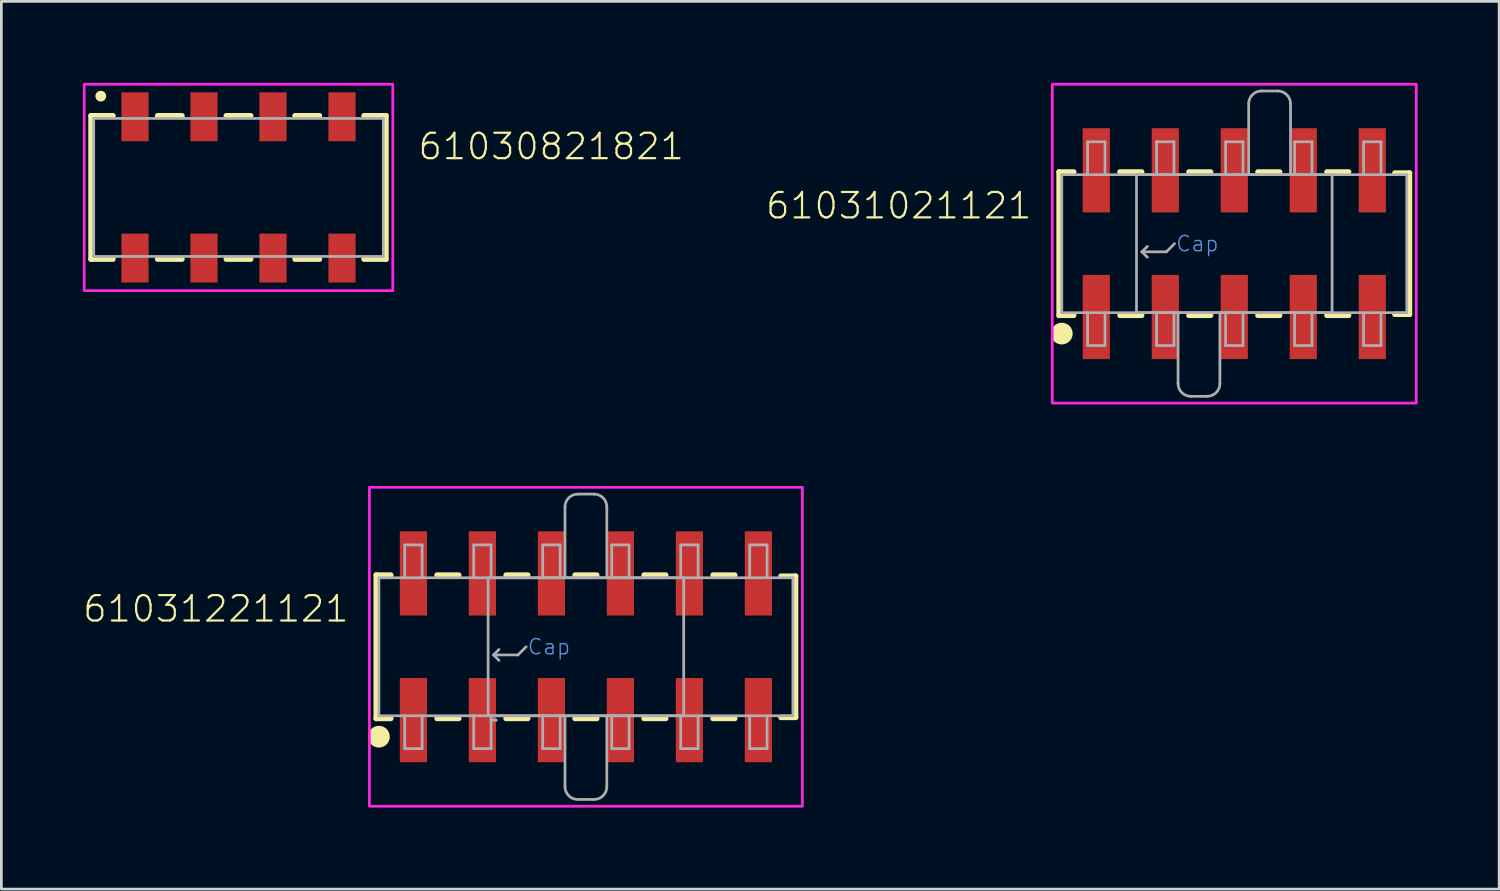
<source format=kicad_pcb>
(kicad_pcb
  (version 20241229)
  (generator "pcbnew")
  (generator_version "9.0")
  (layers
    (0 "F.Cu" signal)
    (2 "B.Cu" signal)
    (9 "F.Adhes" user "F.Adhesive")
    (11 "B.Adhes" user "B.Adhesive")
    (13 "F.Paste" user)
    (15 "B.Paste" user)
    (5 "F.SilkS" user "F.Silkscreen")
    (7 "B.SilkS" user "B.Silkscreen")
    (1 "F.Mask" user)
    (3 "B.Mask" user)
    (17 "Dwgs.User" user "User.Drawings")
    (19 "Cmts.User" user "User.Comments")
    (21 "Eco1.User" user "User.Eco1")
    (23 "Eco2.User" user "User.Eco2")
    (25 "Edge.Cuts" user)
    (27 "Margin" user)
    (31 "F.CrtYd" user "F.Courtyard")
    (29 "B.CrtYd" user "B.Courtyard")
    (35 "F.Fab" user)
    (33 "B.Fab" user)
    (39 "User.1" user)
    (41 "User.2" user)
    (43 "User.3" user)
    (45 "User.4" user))
  (footprint "61031021121"
    (layer "F.Cu")
    (at 42.388 5.92)
    (property "Reference" "61031021121" (at -7.4 -0.85 0) (unlocked yes) (layer "F.SilkS") (effects (font (size 0.935 0.935) (thickness 0.081)) (justify right bottom)))
    (fp_line (start -6.45 -2.64) (end -6.45 2.64) (stroke (width 0.2) (type solid)) (layer "F.SilkS"))
    (fp_line (start -6.45 2.64) (end -5.91 2.64) (stroke (width 0.2) (type solid)) (layer "F.SilkS"))
    (fp_line (start -5.91 -2.64) (end -6.45 -2.64) (stroke (width 0.2) (type solid)) (layer "F.SilkS"))
    (fp_line (start -4.21 2.64) (end -3.41 2.64) (stroke (width 0.2) (type solid)) (layer "F.SilkS"))
    (fp_line (start -3.41 -2.64) (end -4.21 -2.64) (stroke (width 0.2) (type solid)) (layer "F.SilkS"))
    (fp_line (start -1.67 2.64) (end -0.87 2.64) (stroke (width 0.2) (type solid)) (layer "F.SilkS"))
    (fp_line (start -0.87 -2.64) (end -1.67 -2.64) (stroke (width 0.2) (type solid)) (layer "F.SilkS"))
    (fp_line (start 0.87 2.64) (end 1.67 2.64) (stroke (width 0.2) (type solid)) (layer "F.SilkS"))
    (fp_line (start 1.67 -2.64) (end 0.87 -2.64) (stroke (width 0.2) (type solid)) (layer "F.SilkS"))
    (fp_line (start 3.41 2.64) (end 4.21 2.64) (stroke (width 0.2) (type solid)) (layer "F.SilkS"))
    (fp_line (start 4.21 -2.64) (end 3.41 -2.64) (stroke (width 0.2) (type solid)) (layer "F.SilkS"))
    (fp_line (start 5.91 -2.6) (end 6.45 -2.6) (stroke (width 0.2) (type solid)) (layer "F.SilkS"))
    (fp_line (start 6.45 -2.6) (end 6.45 2.6) (stroke (width 0.2) (type solid)) (layer "F.SilkS"))
    (fp_line (start 6.45 2.6) (end 5.91 2.6) (stroke (width 0.2) (type solid)) (layer "F.SilkS"))
    (fp_circle (center -6.35 3.31) (end -6.15 3.31) (stroke (width 0.4) (type solid)) (fill no) (layer "F.SilkS"))
    (fp_poly (pts (xy 6.7 5.87) (xy -6.7 5.87) (xy -6.7 -5.87) (xy 6.7 -5.87)) (stroke (width 0.1) (type default)) (fill no) (layer "F.CrtYd"))
    (fp_line (start -6.35 -2.54) (end -6.35 2.54) (stroke (width 0.1) (type solid)) (layer "F.Fab"))
    (fp_line (start -6.35 2.54) (end 6.35 2.54) (stroke (width 0.1) (type solid)) (layer "F.Fab"))
    (fp_line (start -5.4 -3.75) (end -4.76 -3.75) (stroke (width 0.1) (type solid)) (layer "F.Fab"))
    (fp_line (start -5.4 -2.54) (end -6.35 -2.54) (stroke (width 0.1) (type solid)) (layer "F.Fab"))
    (fp_line (start -5.4 -2.54) (end -5.4 -3.75) (stroke (width 0.1) (type solid)) (layer "F.Fab"))
    (fp_line (start -5.4 3.75) (end -5.4 2.54) (stroke (width 0.1) (type solid)) (layer "F.Fab"))
    (fp_line (start -4.76 -3.75) (end -4.76 -2.54) (stroke (width 0.1) (type solid)) (layer "F.Fab"))
    (fp_line (start -4.76 -2.54) (end -5.4 -2.54) (stroke (width 0.1) (type solid)) (layer "F.Fab"))
    (fp_line (start -4.76 2.54) (end -4.76 3.75) (stroke (width 0.1) (type solid)) (layer "F.Fab"))
    (fp_line (start -4.76 3.75) (end -5.4 3.75) (stroke (width 0.1) (type solid)) (layer "F.Fab"))
    (fp_line (start -3.6 -2.54) (end 3.6 -2.54) (stroke (width 0.1) (type solid)) (layer "F.Fab"))
    (fp_line (start -3.6 2.54) (end -3.6 -2.54) (stroke (width 0.1) (type solid)) (layer "F.Fab"))
    (fp_line (start -3.4 0.3) (end -3.2 0.1) (stroke (width 0.1) (type solid)) (layer "F.Fab"))
    (fp_line (start -3.4 0.3) (end -3.2 0.5) (stroke (width 0.1) (type solid)) (layer "F.Fab"))
    (fp_line (start -2.86 -3.75) (end -2.22 -3.75) (stroke (width 0.1) (type solid)) (layer "F.Fab"))
    (fp_line (start -2.86 -2.54) (end -2.86 -3.75) (stroke (width 0.1) (type solid)) (layer "F.Fab"))
    (fp_line (start -2.86 3.75) (end -2.86 2.54) (stroke (width 0.1) (type solid)) (layer "F.Fab"))
    (fp_line (start -2.5 0.3) (end -3.4 0.3) (stroke (width 0.1) (type solid)) (layer "F.Fab"))
    (fp_line (start -2.22 -3.75) (end -2.22 -2.54) (stroke (width 0.1) (type solid)) (layer "F.Fab"))
    (fp_line (start -2.22 2.54) (end -2.22 3.75) (stroke (width 0.1) (type solid)) (layer "F.Fab"))
    (fp_line (start -2.22 3.75) (end -2.86 3.75) (stroke (width 0.1) (type solid)) (layer "F.Fab"))
    (fp_line (start -2.2 0) (end -2.5 0.3) (stroke (width 0.1) (type solid)) (layer "F.Fab"))
    (fp_line (start -2.07 5.15) (end -2.07 2.54) (stroke (width 0.1) (type solid)) (layer "F.Fab"))
    (fp_line (start -1 5.62) (end -1.6 5.62) (stroke (width 0.1) (type solid)) (layer "F.Fab"))
    (fp_line (start -0.53 2.54) (end -0.53 5.15) (stroke (width 0.1) (type solid)) (layer "F.Fab"))
    (fp_line (start -0.32 -3.75) (end 0.32 -3.75) (stroke (width 0.1) (type solid)) (layer "F.Fab"))
    (fp_line (start -0.32 -2.54) (end -0.32 -3.75) (stroke (width 0.1) (type solid)) (layer "F.Fab"))
    (fp_line (start -0.32 3.75) (end -0.32 2.54) (stroke (width 0.1) (type solid)) (layer "F.Fab"))
    (fp_line (start 0.32 -3.75) (end 0.32 -2.54) (stroke (width 0.1) (type solid)) (layer "F.Fab"))
    (fp_line (start 0.32 2.54) (end 0.32 3.75) (stroke (width 0.1) (type solid)) (layer "F.Fab"))
    (fp_line (start 0.32 3.75) (end -0.32 3.75) (stroke (width 0.1) (type solid)) (layer "F.Fab"))
    (fp_line (start 0.53 -2.54) (end 0.53 -5.15) (stroke (width 0.1) (type solid)) (layer "F.Fab"))
    (fp_line (start 1 -5.62) (end 1.6 -5.62) (stroke (width 0.1) (type solid)) (layer "F.Fab"))
    (fp_line (start 2.07 -5.15) (end 2.07 -2.54) (stroke (width 0.1) (type solid)) (layer "F.Fab"))
    (fp_line (start 2.22 -3.75) (end 2.86 -3.75) (stroke (width 0.1) (type solid)) (layer "F.Fab"))
    (fp_line (start 2.22 -2.54) (end 2.22 -3.75) (stroke (width 0.1) (type solid)) (layer "F.Fab"))
    (fp_line (start 2.22 3.75) (end 2.22 2.54) (stroke (width 0.1) (type solid)) (layer "F.Fab"))
    (fp_line (start 2.86 -3.75) (end 2.86 -2.54) (stroke (width 0.1) (type solid)) (layer "F.Fab"))
    (fp_line (start 2.86 2.54) (end 2.86 3.75) (stroke (width 0.1) (type solid)) (layer "F.Fab"))
    (fp_line (start 2.86 3.75) (end 2.22 3.75) (stroke (width 0.1) (type solid)) (layer "F.Fab"))
    (fp_line (start 3.6 -2.54) (end 3.6 2.54) (stroke (width 0.1) (type solid)) (layer "F.Fab"))
    (fp_line (start 3.6 2.54) (end -3.6 2.54) (stroke (width 0.1) (type solid)) (layer "F.Fab"))
    (fp_line (start 4.76 -3.75) (end 5.4 -3.75) (stroke (width 0.1) (type solid)) (layer "F.Fab"))
    (fp_line (start 4.76 -2.54) (end 4.76 -3.75) (stroke (width 0.1) (type solid)) (layer "F.Fab"))
    (fp_line (start 4.76 3.75) (end 4.76 2.54) (stroke (width 0.1) (type solid)) (layer "F.Fab"))
    (fp_line (start 5.4 -3.75) (end 5.4 -2.54) (stroke (width 0.1) (type solid)) (layer "F.Fab"))
    (fp_line (start 5.4 2.54) (end 5.4 3.75) (stroke (width 0.1) (type solid)) (layer "F.Fab"))
    (fp_line (start 5.4 3.75) (end 4.76 3.75) (stroke (width 0.1) (type solid)) (layer "F.Fab"))
    (fp_line (start 6.35 -2.54) (end -4.76 -2.54) (stroke (width 0.1) (type solid)) (layer "F.Fab"))
    (fp_line (start 6.35 2.54) (end 6.35 -2.54) (stroke (width 0.1) (type solid)) (layer "F.Fab"))
    (fp_arc (start -1.6 5.62) (mid -1.93234 5.48234) (end -2.07 5.15) (stroke (width 0.1) (type solid)) (layer "F.Fab"))
    (fp_arc (start -0.53 5.15) (mid -0.66766 5.48234) (end -1 5.62) (stroke (width 0.1) (type solid)) (layer "F.Fab"))
    (fp_arc (start 0.53 -5.15) (mid 0.66766 -5.48234) (end 1 -5.62) (stroke (width 0.1) (type solid)) (layer "F.Fab"))
    (fp_arc (start 1.6 -5.62) (mid 1.93234 -5.48234) (end 2.07 -5.15) (stroke (width 0.1) (type solid)) (layer "F.Fab"))
    (fp_text user "Cap" (at -1.36 0 0) (unlocked yes) (layer "Cmts.User") (effects (font (size 0.561 0.561) (thickness 0.049))))
    (pad "1" smd rect (at -5.08 2.7 90) (size 3.1 1) (layers "F.Cu" "F.Mask" "F.Paste"))
    (pad "2" smd rect (at -5.08 -2.7 90) (size 3.1 1) (layers "F.Cu" "F.Mask" "F.Paste"))
    (pad "3" smd rect (at -2.54 2.7 90) (size 3.1 1) (layers "F.Cu" "F.Mask" "F.Paste"))
    (pad "4" smd rect (at -2.54 -2.7 90) (size 3.1 1) (layers "F.Cu" "F.Mask" "F.Paste"))
    (pad "5" smd rect (at 0 2.7 90) (size 3.1 1) (layers "F.Cu" "F.Mask" "F.Paste"))
    (pad "6" smd rect (at 0 -2.7 90) (size 3.1 1) (layers "F.Cu" "F.Mask" "F.Paste"))
    (pad "7" smd rect (at 2.54 2.7 90) (size 3.1 1) (layers "F.Cu" "F.Mask" "F.Paste"))
    (pad "8" smd rect (at 2.54 -2.7 90) (size 3.1 1) (layers "F.Cu" "F.Mask" "F.Paste"))
    (pad "9" smd rect (at 5.08 2.7 90) (size 3.1 1) (layers "F.Cu" "F.Mask" "F.Paste"))
    (pad "10" smd rect (at 5.08 -2.7 90) (size 3.1 1) (layers "F.Cu" "F.Mask" "F.Paste")))
  (footprint "61031221121"
    (layer "F.Cu")
    (at 18.519 20.76)
    (property "Reference" "61031221121" (at -8.67 -0.85 0) (unlocked yes) (layer "F.SilkS") (effects (font (size 0.935 0.935) (thickness 0.081)) (justify right bottom)))
    (fp_line (start -7.72 -2.64) (end -7.72 2.64) (stroke (width 0.2) (type solid)) (layer "F.SilkS"))
    (fp_line (start -7.72 2.64) (end -7.18 2.64) (stroke (width 0.2) (type solid)) (layer "F.SilkS"))
    (fp_line (start -7.18 -2.64) (end -7.72 -2.64) (stroke (width 0.2) (type solid)) (layer "F.SilkS"))
    (fp_line (start -5.48 2.64) (end -4.68 2.64) (stroke (width 0.2) (type solid)) (layer "F.SilkS"))
    (fp_line (start -4.68 -2.64) (end -5.48 -2.64) (stroke (width 0.2) (type solid)) (layer "F.SilkS"))
    (fp_line (start -2.94 2.64) (end -2.14 2.64) (stroke (width 0.2) (type solid)) (layer "F.SilkS"))
    (fp_line (start -2.14 -2.64) (end -2.94 -2.64) (stroke (width 0.2) (type solid)) (layer "F.SilkS"))
    (fp_line (start -0.4 2.64) (end 0.4 2.64) (stroke (width 0.2) (type solid)) (layer "F.SilkS"))
    (fp_line (start 0.4 -2.64) (end -0.4 -2.64) (stroke (width 0.2) (type solid)) (layer "F.SilkS"))
    (fp_line (start 2.14 2.64) (end 2.94 2.64) (stroke (width 0.2) (type solid)) (layer "F.SilkS"))
    (fp_line (start 2.94 -2.64) (end 2.14 -2.64) (stroke (width 0.2) (type solid)) (layer "F.SilkS"))
    (fp_line (start 4.68 2.64) (end 5.48 2.64) (stroke (width 0.2) (type solid)) (layer "F.SilkS"))
    (fp_line (start 5.48 -2.64) (end 4.68 -2.64) (stroke (width 0.2) (type solid)) (layer "F.SilkS"))
    (fp_line (start 7.18 -2.6) (end 7.72 -2.6) (stroke (width 0.2) (type solid)) (layer "F.SilkS"))
    (fp_line (start 7.72 -2.6) (end 7.72 2.6) (stroke (width 0.2) (type solid)) (layer "F.SilkS"))
    (fp_line (start 7.72 2.6) (end 7.18 2.6) (stroke (width 0.2) (type solid)) (layer "F.SilkS"))
    (fp_circle (center -7.62 3.31) (end -7.42 3.31) (stroke (width 0.4) (type solid)) (fill no) (layer "F.SilkS"))
    (fp_poly (pts (xy 7.97 5.87) (xy -7.97 5.87) (xy -7.97 -5.87) (xy 7.97 -5.87)) (stroke (width 0.1) (type default)) (fill no) (layer "F.CrtYd"))
    (fp_line (start -7.62 -2.54) (end -7.62 2.54) (stroke (width 0.1) (type solid)) (layer "F.Fab"))
    (fp_line (start -7.62 2.54) (end 7.62 2.54) (stroke (width 0.1) (type solid)) (layer "F.Fab"))
    (fp_line (start -6.67 -3.75) (end -6.03 -3.75) (stroke (width 0.1) (type solid)) (layer "F.Fab"))
    (fp_line (start -6.67 -2.54) (end -7.62 -2.54) (stroke (width 0.1) (type solid)) (layer "F.Fab"))
    (fp_line (start -6.67 -2.54) (end -6.67 -3.75) (stroke (width 0.1) (type solid)) (layer "F.Fab"))
    (fp_line (start -6.67 3.75) (end -6.67 2.54) (stroke (width 0.1) (type solid)) (layer "F.Fab"))
    (fp_line (start -6.03 -3.75) (end -6.03 -2.54) (stroke (width 0.1) (type solid)) (layer "F.Fab"))
    (fp_line (start -6.03 -2.54) (end -6.67 -2.54) (stroke (width 0.1) (type solid)) (layer "F.Fab"))
    (fp_line (start -6.03 2.54) (end -6.03 3.75) (stroke (width 0.1) (type solid)) (layer "F.Fab"))
    (fp_line (start -6.03 3.75) (end -6.67 3.75) (stroke (width 0.1) (type solid)) (layer "F.Fab"))
    (fp_line (start -4.13 -3.75) (end -3.49 -3.75) (stroke (width 0.1) (type solid)) (layer "F.Fab"))
    (fp_line (start -4.13 -2.54) (end -4.13 -3.75) (stroke (width 0.1) (type solid)) (layer "F.Fab"))
    (fp_line (start -4.13 3.75) (end -4.13 2.54) (stroke (width 0.1) (type solid)) (layer "F.Fab"))
    (fp_line (start -3.6 -2.54) (end -0.77 -2.54) (stroke (width 0.1) (type solid)) (layer "F.Fab"))
    (fp_line (start -3.6 2.54) (end -3.6 -2.54) (stroke (width 0.1) (type solid)) (layer "F.Fab"))
    (fp_line (start -3.49 -3.75) (end -3.49 -2.54) (stroke (width 0.1) (type solid)) (layer "F.Fab"))
    (fp_line (start -3.49 2.54) (end -3.49 3.75) (stroke (width 0.1) (type solid)) (layer "F.Fab"))
    (fp_line (start -3.49 3.75) (end -4.13 3.75) (stroke (width 0.1) (type solid)) (layer "F.Fab"))
    (fp_line (start -3.4 0.3) (end -3.2 0.1) (stroke (width 0.1) (type solid)) (layer "F.Fab"))
    (fp_line (start -3.4 0.3) (end -3.2 0.5) (stroke (width 0.1) (type solid)) (layer "F.Fab"))
    (fp_line (start -3.3 2.7) (end -3.5 2.7) (stroke (width 0.1) (type solid)) (layer "F.Fab"))
    (fp_line (start -2.5 0.3) (end -3.4 0.3) (stroke (width 0.1) (type solid)) (layer "F.Fab"))
    (fp_line (start -2.2 0) (end -2.5 0.3) (stroke (width 0.1) (type solid)) (layer "F.Fab"))
    (fp_line (start -1.59 -3.75) (end -0.95 -3.75) (stroke (width 0.1) (type solid)) (layer "F.Fab"))
    (fp_line (start -1.59 -2.54) (end -1.59 -3.75) (stroke (width 0.1) (type solid)) (layer "F.Fab"))
    (fp_line (start -1.59 3.75) (end -1.59 2.54) (stroke (width 0.1) (type solid)) (layer "F.Fab"))
    (fp_line (start -0.95 -3.75) (end -0.95 -2.54) (stroke (width 0.1) (type solid)) (layer "F.Fab"))
    (fp_line (start -0.95 2.54) (end -0.95 3.75) (stroke (width 0.1) (type solid)) (layer "F.Fab"))
    (fp_line (start -0.95 3.75) (end -1.59 3.75) (stroke (width 0.1) (type solid)) (layer "F.Fab"))
    (fp_line (start -0.77 -2.54) (end -0.77 -5.15) (stroke (width 0.1) (type solid)) (layer "F.Fab"))
    (fp_line (start -0.77 -2.54) (end 0.77 -2.54) (stroke (width 0.1) (type solid)) (layer "F.Fab"))
    (fp_line (start -0.77 5.15) (end -0.77 2.54) (stroke (width 0.1) (type solid)) (layer "F.Fab"))
    (fp_line (start -0.3 -5.62) (end 0.3 -5.62) (stroke (width 0.1) (type solid)) (layer "F.Fab"))
    (fp_line (start 0.3 5.62) (end -0.3 5.62) (stroke (width 0.1) (type solid)) (layer "F.Fab"))
    (fp_line (start 0.77 -5.15) (end 0.77 -2.54) (stroke (width 0.1) (type solid)) (layer "F.Fab"))
    (fp_line (start 0.77 -2.54) (end 3.6 -2.54) (stroke (width 0.1) (type solid)) (layer "F.Fab"))
    (fp_line (start 0.77 2.54) (end 0.77 5.15) (stroke (width 0.1) (type solid)) (layer "F.Fab"))
    (fp_line (start 0.95 -3.75) (end 1.59 -3.75) (stroke (width 0.1) (type solid)) (layer "F.Fab"))
    (fp_line (start 0.95 -2.54) (end 0.95 -3.75) (stroke (width 0.1) (type solid)) (layer "F.Fab"))
    (fp_line (start 0.95 3.75) (end 0.95 2.54) (stroke (width 0.1) (type solid)) (layer "F.Fab"))
    (fp_line (start 1.59 -3.75) (end 1.59 -2.54) (stroke (width 0.1) (type solid)) (layer "F.Fab"))
    (fp_line (start 1.59 2.54) (end 1.59 3.75) (stroke (width 0.1) (type solid)) (layer "F.Fab"))
    (fp_line (start 1.59 3.75) (end 0.95 3.75) (stroke (width 0.1) (type solid)) (layer "F.Fab"))
    (fp_line (start 3.49 -3.75) (end 4.13 -3.75) (stroke (width 0.1) (type solid)) (layer "F.Fab"))
    (fp_line (start 3.49 -2.54) (end 3.49 -3.75) (stroke (width 0.1) (type solid)) (layer "F.Fab"))
    (fp_line (start 3.49 3.75) (end 3.49 2.54) (stroke (width 0.1) (type solid)) (layer "F.Fab"))
    (fp_line (start 3.6 -2.54) (end 3.6 2.54) (stroke (width 0.1) (type solid)) (layer "F.Fab"))
    (fp_line (start 3.6 2.54) (end -3.6 2.54) (stroke (width 0.1) (type solid)) (layer "F.Fab"))
    (fp_line (start 4.13 -3.75) (end 4.13 -2.54) (stroke (width 0.1) (type solid)) (layer "F.Fab"))
    (fp_line (start 4.13 2.54) (end 4.13 3.75) (stroke (width 0.1) (type solid)) (layer "F.Fab"))
    (fp_line (start 4.13 3.75) (end 3.49 3.75) (stroke (width 0.1) (type solid)) (layer "F.Fab"))
    (fp_line (start 6.03 -3.75) (end 6.67 -3.75) (stroke (width 0.1) (type solid)) (layer "F.Fab"))
    (fp_line (start 6.03 -2.54) (end 6.03 -3.75) (stroke (width 0.1) (type solid)) (layer "F.Fab"))
    (fp_line (start 6.03 3.75) (end 6.03 2.54) (stroke (width 0.1) (type solid)) (layer "F.Fab"))
    (fp_line (start 6.67 -3.75) (end 6.67 -2.54) (stroke (width 0.1) (type solid)) (layer "F.Fab"))
    (fp_line (start 6.67 2.54) (end 6.67 3.75) (stroke (width 0.1) (type solid)) (layer "F.Fab"))
    (fp_line (start 6.67 3.75) (end 6.03 3.75) (stroke (width 0.1) (type solid)) (layer "F.Fab"))
    (fp_line (start 7.62 -2.54) (end -6.03 -2.54) (stroke (width 0.1) (type solid)) (layer "F.Fab"))
    (fp_line (start 7.62 2.54) (end 7.62 -2.54) (stroke (width 0.1) (type solid)) (layer "F.Fab"))
    (fp_arc (start -0.77 -5.15) (mid -0.63234 -5.48234) (end -0.3 -5.62) (stroke (width 0.1) (type solid)) (layer "F.Fab"))
    (fp_arc (start -0.3 5.62) (mid -0.63234 5.48234) (end -0.77 5.15) (stroke (width 0.1) (type solid)) (layer "F.Fab"))
    (fp_arc (start 0.3 -5.62) (mid 0.63234 -5.48234) (end 0.77 -5.15) (stroke (width 0.1) (type solid)) (layer "F.Fab"))
    (fp_arc (start 0.77 5.15) (mid 0.63234 5.48234) (end 0.3 5.62) (stroke (width 0.1) (type solid)) (layer "F.Fab"))
    (fp_text user "Cap" (at -1.36 0 0) (unlocked yes) (layer "Cmts.User") (effects (font (size 0.561 0.561) (thickness 0.049))))
    (pad "1" smd rect (at -6.35 2.7 90) (size 3.1 1) (layers "F.Cu" "F.Mask" "F.Paste"))
    (pad "2" smd rect (at -6.35 -2.7 90) (size 3.1 1) (layers "F.Cu" "F.Mask" "F.Paste"))
    (pad "3" smd rect (at -3.81 2.7 90) (size 3.1 1) (layers "F.Cu" "F.Mask" "F.Paste"))
    (pad "4" smd rect (at -3.81 -2.7 90) (size 3.1 1) (layers "F.Cu" "F.Mask" "F.Paste"))
    (pad "5" smd rect (at -1.27 2.7 90) (size 3.1 1) (layers "F.Cu" "F.Mask" "F.Paste"))
    (pad "6" smd rect (at -1.27 -2.7 90) (size 3.1 1) (layers "F.Cu" "F.Mask" "F.Paste"))
    (pad "7" smd rect (at 1.27 2.7 90) (size 3.1 1) (layers "F.Cu" "F.Mask" "F.Paste"))
    (pad "8" smd rect (at 1.27 -2.7 90) (size 3.1 1) (layers "F.Cu" "F.Mask" "F.Paste"))
    (pad "9" smd rect (at 3.81 2.7 90) (size 3.1 1) (layers "F.Cu" "F.Mask" "F.Paste"))
    (pad "10" smd rect (at 3.81 -2.7 90) (size 3.1 1) (layers "F.Cu" "F.Mask" "F.Paste"))
    (pad "11" smd rect (at 6.35 2.7 90) (size 3.1 1) (layers "F.Cu" "F.Mask" "F.Paste"))
    (pad "12" smd rect (at 6.35 -2.7 90) (size 3.1 1) (layers "F.Cu" "F.Mask" "F.Paste")))
  (footprint "61030821821"
    (layer "F.Cu")
    (at 5.73 3.85)
    (property "Reference" "61030821821" (at 6.56 -0.96 0) (unlocked yes) (layer "F.SilkS") (effects (font (size 0.935 0.935) (thickness 0.081)) (justify left bottom)))
    (fp_line (start -5.43 -2.64) (end -5.43 2.64) (stroke (width 0.2) (type solid)) (layer "F.SilkS"))
    (fp_line (start -4.62 -2.64) (end -5.43 -2.64) (stroke (width 0.2) (type solid)) (layer "F.SilkS"))
    (fp_line (start -4.62 2.64) (end -5.43 2.64) (stroke (width 0.2) (type solid)) (layer "F.SilkS"))
    (fp_line (start -2.98 -2.64) (end -2.08 -2.64) (stroke (width 0.2) (type solid)) (layer "F.SilkS"))
    (fp_line (start -2.08 2.64) (end -2.98 2.64) (stroke (width 0.2) (type solid)) (layer "F.SilkS"))
    (fp_line (start -0.45 -2.64) (end 0.45 -2.64) (stroke (width 0.2) (type solid)) (layer "F.SilkS"))
    (fp_line (start 0.45 2.64) (end -0.45 2.64) (stroke (width 0.2) (type solid)) (layer "F.SilkS"))
    (fp_line (start 2.08 -2.64) (end 2.98 -2.64) (stroke (width 0.2) (type solid)) (layer "F.SilkS"))
    (fp_line (start 2.98 2.64) (end 2.08 2.64) (stroke (width 0.2) (type solid)) (layer "F.SilkS"))
    (fp_line (start 4.62 -2.64) (end 5.43 -2.64) (stroke (width 0.2) (type solid)) (layer "F.SilkS"))
    (fp_line (start 4.62 2.64) (end 5.43 2.64) (stroke (width 0.2) (type solid)) (layer "F.SilkS"))
    (fp_line (start 5.43 2.64) (end 5.43 -2.64) (stroke (width 0.2) (type solid)) (layer "F.SilkS"))
    (fp_circle (center -5.07 -3.36) (end -4.97 -3.36) (stroke (width 0.2) (type solid)) (fill no) (layer "F.SilkS"))
    (fp_poly (pts (xy 5.68 3.8) (xy -5.68 3.8) (xy -5.68 -3.8) (xy 5.68 -3.8)) (stroke (width 0.1) (type default)) (fill no) (layer "F.CrtYd"))
    (fp_line (start -5.33 -2.54) (end -5.33 2.54) (stroke (width 0.1) (type solid)) (layer "F.Fab"))
    (fp_line (start -5.33 2.54) (end 5.33 2.54) (stroke (width 0.1) (type solid)) (layer "F.Fab"))
    (fp_line (start 5.33 -2.54) (end -5.33 -2.54) (stroke (width 0.1) (type solid)) (layer "F.Fab"))
    (fp_line (start 5.33 2.54) (end 5.33 -2.54) (stroke (width 0.1) (type solid)) (layer "F.Fab"))
    (pad "1" smd rect (at -3.81 -2.6) (size 1 1.8) (layers "F.Cu" "F.Mask" "F.Paste"))
    (pad "2" smd rect (at -3.81 2.6) (size 1 1.8) (layers "F.Cu" "F.Mask" "F.Paste"))
    (pad "3" smd rect (at -1.27 -2.6) (size 1 1.8) (layers "F.Cu" "F.Mask" "F.Paste"))
    (pad "4" smd rect (at -1.27 2.6) (size 1 1.8) (layers "F.Cu" "F.Mask" "F.Paste"))
    (pad "5" smd rect (at 1.27 -2.6) (size 1 1.8) (layers "F.Cu" "F.Mask" "F.Paste"))
    (pad "6" smd rect (at 1.27 2.6) (size 1 1.8) (layers "F.Cu" "F.Mask" "F.Paste"))
    (pad "7" smd rect (at 3.81 -2.6) (size 1 1.8) (layers "F.Cu" "F.Mask" "F.Paste"))
    (pad "8" smd rect (at 3.81 2.6) (size 1 1.8) (layers "F.Cu" "F.Mask" "F.Paste")))
  (gr_rect
    (start -3 -3)
    (end 52.138 29.68)
    (stroke (width 0.1) (type default))
    (fill no)
    (layer "Edge.Cuts")))
</source>
